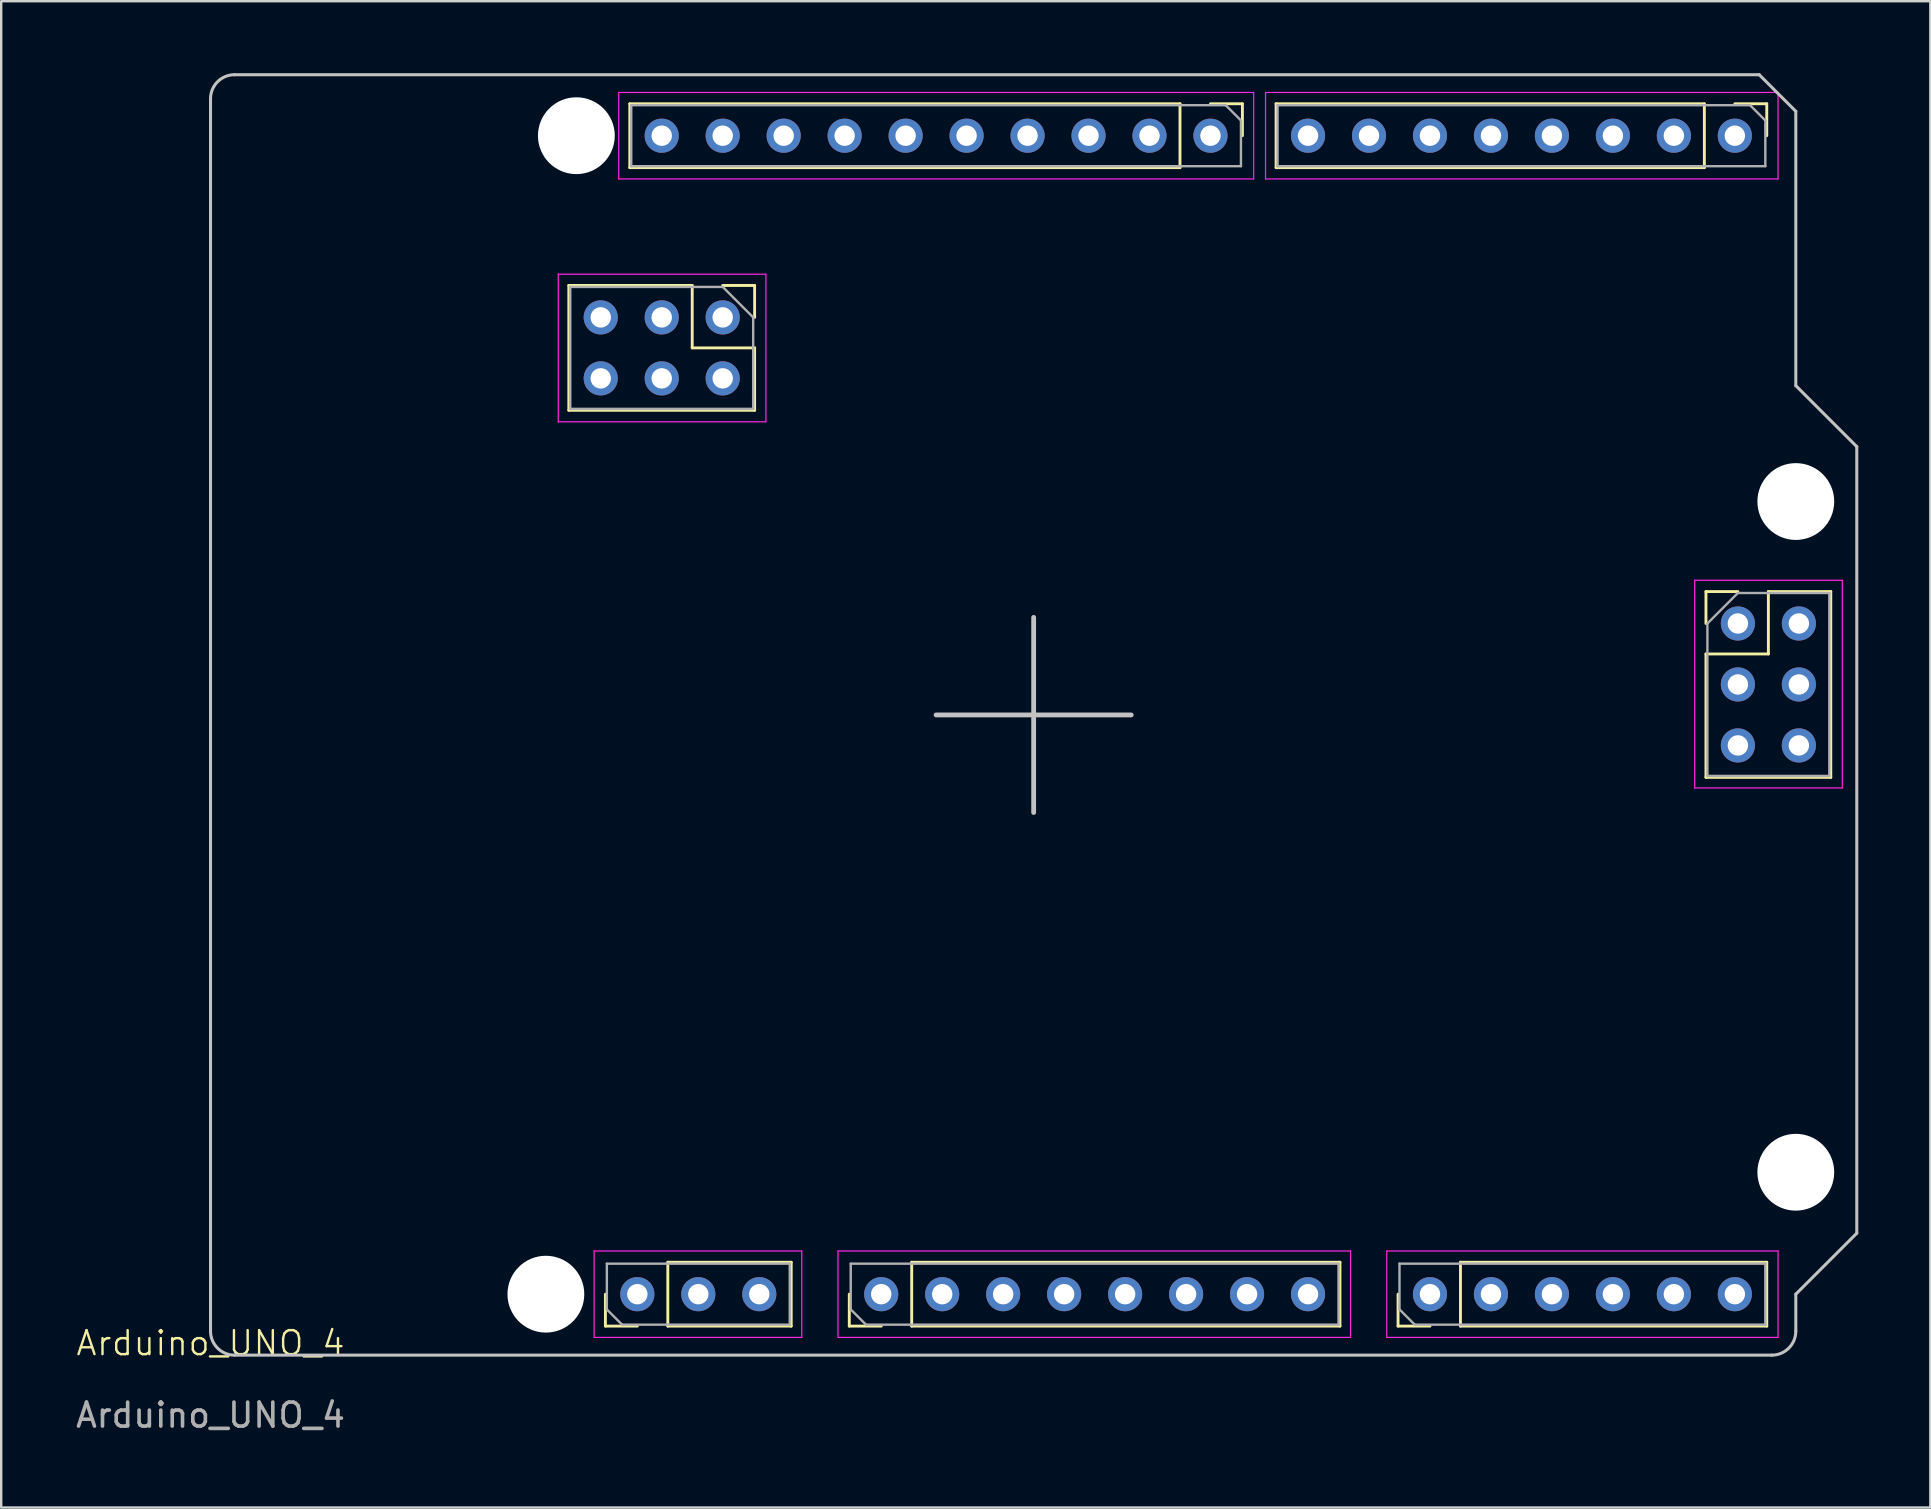
<source format=kicad_pcb>
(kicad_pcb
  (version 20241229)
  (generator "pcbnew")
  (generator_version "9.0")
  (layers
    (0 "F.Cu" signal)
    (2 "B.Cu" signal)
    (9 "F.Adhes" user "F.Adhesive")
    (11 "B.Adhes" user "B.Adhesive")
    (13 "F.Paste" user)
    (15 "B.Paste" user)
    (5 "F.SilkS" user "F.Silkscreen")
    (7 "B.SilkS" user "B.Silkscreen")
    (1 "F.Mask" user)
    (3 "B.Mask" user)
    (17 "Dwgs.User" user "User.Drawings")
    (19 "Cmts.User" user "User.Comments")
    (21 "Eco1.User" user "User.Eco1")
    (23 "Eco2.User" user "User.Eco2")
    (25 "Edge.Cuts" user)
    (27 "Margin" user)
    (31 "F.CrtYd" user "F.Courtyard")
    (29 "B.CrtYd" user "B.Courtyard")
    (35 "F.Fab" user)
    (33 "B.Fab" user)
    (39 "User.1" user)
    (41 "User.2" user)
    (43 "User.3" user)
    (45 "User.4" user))
  (footprint "Arduino_UNO_4"
    (layer "F.Cu")
    (at 40.01 26.733)
    (property "Reference" "Arduino_UNO_4" (at -34.29 26.17 0) (unlocked yes) (layer "F.SilkS") (effects (font (size 1 1) (thickness 0.1))))
    (attr smd)
    (fp_line (start -19.364 -17.891) (end -19.364 -12.691) (stroke (width 0.12) (type solid)) (layer "F.SilkS"))
    (fp_line (start -17.84 25.46) (end -17.84 24.13) (stroke (width 0.12) (type solid)) (layer "F.SilkS"))
    (fp_line (start -16.824 -25.46) (end -16.824 -22.8) (stroke (width 0.12) (type solid)) (layer "F.SilkS"))
    (fp_line (start -16.51 25.46) (end -17.84 25.46) (stroke (width 0.12) (type solid)) (layer "F.SilkS"))
    (fp_line (start -15.24 22.8) (end -10.1 22.8) (stroke (width 0.12) (type solid)) (layer "F.SilkS"))
    (fp_line (start -15.24 25.46) (end -15.24 22.8) (stroke (width 0.12) (type solid)) (layer "F.SilkS"))
    (fp_line (start -15.24 25.46) (end -10.1 25.46) (stroke (width 0.12) (type solid)) (layer "F.SilkS"))
    (fp_line (start -14.224 -17.891) (end -19.364 -17.891) (stroke (width 0.12) (type solid)) (layer "F.SilkS"))
    (fp_line (start -14.224 -17.891) (end -14.224 -15.291) (stroke (width 0.12) (type solid)) (layer "F.SilkS"))
    (fp_line (start -14.224 -15.291) (end -11.624 -15.291) (stroke (width 0.12) (type solid)) (layer "F.SilkS"))
    (fp_line (start -12.954 -17.891) (end -11.624 -17.891) (stroke (width 0.12) (type solid)) (layer "F.SilkS"))
    (fp_line (start -11.624 -17.891) (end -11.624 -16.561) (stroke (width 0.12) (type solid)) (layer "F.SilkS"))
    (fp_line (start -11.624 -15.291) (end -11.624 -12.691) (stroke (width 0.12) (type solid)) (layer "F.SilkS"))
    (fp_line (start -11.624 -12.691) (end -19.364 -12.691) (stroke (width 0.12) (type solid)) (layer "F.SilkS"))
    (fp_line (start -10.1 25.46) (end -10.1 22.8) (stroke (width 0.12) (type solid)) (layer "F.SilkS"))
    (fp_line (start -7.68 25.46) (end -7.68 24.13) (stroke (width 0.12) (type solid)) (layer "F.SilkS"))
    (fp_line (start -6.35 25.46) (end -7.68 25.46) (stroke (width 0.12) (type solid)) (layer "F.SilkS"))
    (fp_line (start -5.08 22.8) (end 12.76 22.8) (stroke (width 0.12) (type solid)) (layer "F.SilkS"))
    (fp_line (start -5.08 25.46) (end -5.08 22.8) (stroke (width 0.12) (type solid)) (layer "F.SilkS"))
    (fp_line (start -5.08 25.46) (end 12.76 25.46) (stroke (width 0.12) (type solid)) (layer "F.SilkS"))
    (fp_line (start 6.096 -25.46) (end -16.824 -25.46) (stroke (width 0.12) (type solid)) (layer "F.SilkS"))
    (fp_line (start 6.096 -25.46) (end 6.096 -22.8) (stroke (width 0.12) (type solid)) (layer "F.SilkS"))
    (fp_line (start 6.096 -22.8) (end -16.824 -22.8) (stroke (width 0.12) (type solid)) (layer "F.SilkS"))
    (fp_line (start 7.366 -25.46) (end 8.696 -25.46) (stroke (width 0.12) (type solid)) (layer "F.SilkS"))
    (fp_line (start 8.696 -25.46) (end 8.696 -24.13) (stroke (width 0.12) (type solid)) (layer "F.SilkS"))
    (fp_line (start 10.1 -25.46) (end 10.1 -22.8) (stroke (width 0.12) (type solid)) (layer "F.SilkS"))
    (fp_line (start 12.76 25.46) (end 12.76 22.8) (stroke (width 0.12) (type solid)) (layer "F.SilkS"))
    (fp_line (start 15.18 25.46) (end 15.18 24.13) (stroke (width 0.12) (type solid)) (layer "F.SilkS"))
    (fp_line (start 16.51 25.46) (end 15.18 25.46) (stroke (width 0.12) (type solid)) (layer "F.SilkS"))
    (fp_line (start 17.78 22.8) (end 30.54 22.8) (stroke (width 0.12) (type solid)) (layer "F.SilkS"))
    (fp_line (start 17.78 25.46) (end 17.78 22.8) (stroke (width 0.12) (type solid)) (layer "F.SilkS"))
    (fp_line (start 17.78 25.46) (end 30.54 25.46) (stroke (width 0.12) (type solid)) (layer "F.SilkS"))
    (fp_line (start 27.94 -25.46) (end 10.1 -25.46) (stroke (width 0.12) (type solid)) (layer "F.SilkS"))
    (fp_line (start 27.94 -25.46) (end 27.94 -22.8) (stroke (width 0.12) (type solid)) (layer "F.SilkS"))
    (fp_line (start 27.94 -22.8) (end 10.1 -22.8) (stroke (width 0.12) (type solid)) (layer "F.SilkS"))
    (fp_line (start 28.007 -5.14) (end 29.337 -5.14) (stroke (width 0.12) (type solid)) (layer "F.SilkS"))
    (fp_line (start 28.007 -3.81) (end 28.007 -5.14) (stroke (width 0.12) (type solid)) (layer "F.SilkS"))
    (fp_line (start 28.007 -2.54) (end 28.007 2.6) (stroke (width 0.12) (type solid)) (layer "F.SilkS"))
    (fp_line (start 28.007 -2.54) (end 30.607 -2.54) (stroke (width 0.12) (type solid)) (layer "F.SilkS"))
    (fp_line (start 28.007 2.6) (end 33.207 2.6) (stroke (width 0.12) (type solid)) (layer "F.SilkS"))
    (fp_line (start 29.21 -25.46) (end 30.54 -25.46) (stroke (width 0.12) (type solid)) (layer "F.SilkS"))
    (fp_line (start 30.54 -25.46) (end 30.54 -24.13) (stroke (width 0.12) (type solid)) (layer "F.SilkS"))
    (fp_line (start 30.54 25.46) (end 30.54 22.8) (stroke (width 0.12) (type solid)) (layer "F.SilkS"))
    (fp_line (start 30.607 -5.14) (end 33.207 -5.14) (stroke (width 0.12) (type solid)) (layer "F.SilkS"))
    (fp_line (start 30.607 -2.54) (end 30.607 -5.14) (stroke (width 0.12) (type solid)) (layer "F.SilkS"))
    (fp_line (start 33.207 -5.14) (end 33.207 2.6) (stroke (width 0.12) (type solid)) (layer "F.SilkS"))
    (fp_line (start -34.29 25.67) (end -34.29 -25.67) (stroke (width 0.127) (type solid)) (layer "Dwgs.User"))
    (fp_line (start -33.29 -26.67) (end 30.226 -26.67) (stroke (width 0.127) (type solid)) (layer "Dwgs.User"))
    (fp_line (start -33.29 26.67) (end 30.75 26.67) (stroke (width 0.127) (type solid)) (layer "Dwgs.User"))
    (fp_line (start 0 0) (end -4.064 0) (stroke (width 0.2) (type default)) (layer "Dwgs.User"))
    (fp_line (start 0 0) (end 0 -4.064) (stroke (width 0.2) (type default)) (layer "Dwgs.User"))
    (fp_line (start 0 0) (end 0 4.064) (stroke (width 0.2) (type default)) (layer "Dwgs.User"))
    (fp_line (start 0 0) (end 4.064 0) (stroke (width 0.2) (type default)) (layer "Dwgs.User"))
    (fp_line (start 30.226 -26.67) (end 31.75 -25.146) (stroke (width 0.127) (type solid)) (layer "Dwgs.User"))
    (fp_line (start 31.75 -13.716) (end 31.75 -25.146) (stroke (width 0.127) (type solid)) (layer "Dwgs.User"))
    (fp_line (start 31.75 -13.716) (end 34.29 -11.176) (stroke (width 0.127) (type solid)) (layer "Dwgs.User"))
    (fp_line (start 31.75 24.13) (end 34.29 21.59) (stroke (width 0.127) (type solid)) (layer "Dwgs.User"))
    (fp_line (start 31.75 25.67) (end 31.75 24.13) (stroke (width 0.127) (type solid)) (layer "Dwgs.User"))
    (fp_line (start 34.29 21.59) (end 34.29 -11.176) (stroke (width 0.127) (type solid)) (layer "Dwgs.User"))
    (fp_arc (start -34.29 -25.67) (mid -33.997107 -26.377106) (end -33.29 -26.67) (stroke (width 0.127) (type solid)) (layer "Dwgs.User"))
    (fp_arc (start -33.29 26.67) (mid -33.997106 26.377107) (end -34.29 25.67) (stroke (width 0.127) (type solid)) (layer "Dwgs.User"))
    (fp_arc (start 31.75 25.67) (mid 31.457107 26.377106) (end 30.75 26.67) (stroke (width 0.127) (type solid)) (layer "Dwgs.User"))
    (fp_line (start -19.804 -18.361) (end -19.804 -12.211) (stroke (width 0.05) (type solid)) (layer "F.CrtYd"))
    (fp_line (start -19.804 -12.211) (end -11.154 -12.211) (stroke (width 0.05) (type solid)) (layer "F.CrtYd"))
    (fp_line (start -18.31 22.33) (end -18.31 25.93) (stroke (width 0.05) (type solid)) (layer "F.CrtYd"))
    (fp_line (start -18.31 25.93) (end -9.66 25.93) (stroke (width 0.05) (type solid)) (layer "F.CrtYd"))
    (fp_line (start -17.284 -25.93) (end -17.284 -22.33) (stroke (width 0.05) (type solid)) (layer "F.CrtYd"))
    (fp_line (start -17.284 -22.33) (end 9.166 -22.33) (stroke (width 0.05) (type solid)) (layer "F.CrtYd"))
    (fp_line (start -11.154 -18.361) (end -19.804 -18.361) (stroke (width 0.05) (type solid)) (layer "F.CrtYd"))
    (fp_line (start -11.154 -12.211) (end -11.154 -18.361) (stroke (width 0.05) (type solid)) (layer "F.CrtYd"))
    (fp_line (start -9.66 22.33) (end -18.31 22.33) (stroke (width 0.05) (type solid)) (layer "F.CrtYd"))
    (fp_line (start -9.66 25.93) (end -9.66 22.33) (stroke (width 0.05) (type solid)) (layer "F.CrtYd"))
    (fp_line (start -8.15 22.33) (end -8.15 25.93) (stroke (width 0.05) (type solid)) (layer "F.CrtYd"))
    (fp_line (start -8.15 25.93) (end 13.2 25.93) (stroke (width 0.05) (type solid)) (layer "F.CrtYd"))
    (fp_line (start 9.166 -25.93) (end -17.284 -25.93) (stroke (width 0.05) (type solid)) (layer "F.CrtYd"))
    (fp_line (start 9.166 -22.33) (end 9.166 -25.93) (stroke (width 0.05) (type solid)) (layer "F.CrtYd"))
    (fp_line (start 9.66 -25.93) (end 9.66 -22.33) (stroke (width 0.05) (type solid)) (layer "F.CrtYd"))
    (fp_line (start 9.66 -22.33) (end 31.01 -22.33) (stroke (width 0.05) (type solid)) (layer "F.CrtYd"))
    (fp_line (start 13.2 22.33) (end -8.15 22.33) (stroke (width 0.05) (type solid)) (layer "F.CrtYd"))
    (fp_line (start 13.2 25.93) (end 13.2 22.33) (stroke (width 0.05) (type solid)) (layer "F.CrtYd"))
    (fp_line (start 14.71 22.33) (end 14.71 25.93) (stroke (width 0.05) (type solid)) (layer "F.CrtYd"))
    (fp_line (start 14.71 25.93) (end 31.01 25.93) (stroke (width 0.05) (type solid)) (layer "F.CrtYd"))
    (fp_line (start 27.537 -5.61) (end 27.537 3.04) (stroke (width 0.05) (type solid)) (layer "F.CrtYd"))
    (fp_line (start 27.537 3.04) (end 33.687 3.04) (stroke (width 0.05) (type solid)) (layer "F.CrtYd"))
    (fp_line (start 31.01 -25.93) (end 9.66 -25.93) (stroke (width 0.05) (type solid)) (layer "F.CrtYd"))
    (fp_line (start 31.01 -22.33) (end 31.01 -25.93) (stroke (width 0.05) (type solid)) (layer "F.CrtYd"))
    (fp_line (start 31.01 22.33) (end 14.71 22.33) (stroke (width 0.05) (type solid)) (layer "F.CrtYd"))
    (fp_line (start 31.01 25.93) (end 31.01 22.33) (stroke (width 0.05) (type solid)) (layer "F.CrtYd"))
    (fp_line (start 33.687 -5.61) (end 27.537 -5.61) (stroke (width 0.05) (type solid)) (layer "F.CrtYd"))
    (fp_line (start 33.687 3.04) (end 33.687 -5.61) (stroke (width 0.05) (type solid)) (layer "F.CrtYd"))
    (fp_line (start -19.304 -17.831) (end -12.954 -17.831) (stroke (width 0.1) (type solid)) (layer "F.Fab"))
    (fp_line (start -19.304 -12.751) (end -19.304 -17.831) (stroke (width 0.1) (type solid)) (layer "F.Fab"))
    (fp_line (start -17.78 22.86) (end -10.16 22.86) (stroke (width 0.1) (type solid)) (layer "F.Fab"))
    (fp_line (start -17.78 24.765) (end -17.78 22.86) (stroke (width 0.1) (type solid)) (layer "F.Fab"))
    (fp_line (start -17.145 25.4) (end -17.78 24.765) (stroke (width 0.1) (type solid)) (layer "F.Fab"))
    (fp_line (start -16.764 -25.4) (end 8.001 -25.4) (stroke (width 0.1) (type solid)) (layer "F.Fab"))
    (fp_line (start -16.764 -22.86) (end -16.764 -25.4) (stroke (width 0.1) (type solid)) (layer "F.Fab"))
    (fp_line (start -12.954 -17.831) (end -11.684 -16.561) (stroke (width 0.1) (type solid)) (layer "F.Fab"))
    (fp_line (start -11.684 -16.561) (end -11.684 -12.751) (stroke (width 0.1) (type solid)) (layer "F.Fab"))
    (fp_line (start -11.684 -12.751) (end -19.304 -12.751) (stroke (width 0.1) (type solid)) (layer "F.Fab"))
    (fp_line (start -10.16 22.86) (end -10.16 25.4) (stroke (width 0.1) (type solid)) (layer "F.Fab"))
    (fp_line (start -10.16 25.4) (end -17.145 25.4) (stroke (width 0.1) (type solid)) (layer "F.Fab"))
    (fp_line (start -7.62 22.86) (end 12.7 22.86) (stroke (width 0.1) (type solid)) (layer "F.Fab"))
    (fp_line (start -7.62 24.765) (end -7.62 22.86) (stroke (width 0.1) (type solid)) (layer "F.Fab"))
    (fp_line (start -6.985 25.4) (end -7.62 24.765) (stroke (width 0.1) (type solid)) (layer "F.Fab"))
    (fp_line (start 8.001 -25.4) (end 8.636 -24.765) (stroke (width 0.1) (type solid)) (layer "F.Fab"))
    (fp_line (start 8.636 -24.765) (end 8.636 -22.86) (stroke (width 0.1) (type solid)) (layer "F.Fab"))
    (fp_line (start 8.636 -22.86) (end -16.764 -22.86) (stroke (width 0.1) (type solid)) (layer "F.Fab"))
    (fp_line (start 10.16 -25.4) (end 29.845 -25.4) (stroke (width 0.1) (type solid)) (layer "F.Fab"))
    (fp_line (start 10.16 -22.86) (end 10.16 -25.4) (stroke (width 0.1) (type solid)) (layer "F.Fab"))
    (fp_line (start 12.7 22.86) (end 12.7 25.4) (stroke (width 0.1) (type solid)) (layer "F.Fab"))
    (fp_line (start 12.7 25.4) (end -6.985 25.4) (stroke (width 0.1) (type solid)) (layer "F.Fab"))
    (fp_line (start 15.24 22.86) (end 30.48 22.86) (stroke (width 0.1) (type solid)) (layer "F.Fab"))
    (fp_line (start 15.24 24.765) (end 15.24 22.86) (stroke (width 0.1) (type solid)) (layer "F.Fab"))
    (fp_line (start 15.875 25.4) (end 15.24 24.765) (stroke (width 0.1) (type solid)) (layer "F.Fab"))
    (fp_line (start 28.067 -3.81) (end 29.337 -5.08) (stroke (width 0.1) (type solid)) (layer "F.Fab"))
    (fp_line (start 28.067 2.54) (end 28.067 -3.81) (stroke (width 0.1) (type solid)) (layer "F.Fab"))
    (fp_line (start 29.337 -5.08) (end 33.147 -5.08) (stroke (width 0.1) (type solid)) (layer "F.Fab"))
    (fp_line (start 29.845 -25.4) (end 30.48 -24.765) (stroke (width 0.1) (type solid)) (layer "F.Fab"))
    (fp_line (start 30.48 -24.765) (end 30.48 -22.86) (stroke (width 0.1) (type solid)) (layer "F.Fab"))
    (fp_line (start 30.48 -22.86) (end 10.16 -22.86) (stroke (width 0.1) (type solid)) (layer "F.Fab"))
    (fp_line (start 30.48 22.86) (end 30.48 25.4) (stroke (width 0.1) (type solid)) (layer "F.Fab"))
    (fp_line (start 30.48 25.4) (end 15.875 25.4) (stroke (width 0.1) (type solid)) (layer "F.Fab"))
    (fp_line (start 33.147 -5.08) (end 33.147 2.54) (stroke (width 0.1) (type solid)) (layer "F.Fab"))
    (fp_line (start 33.147 2.54) (end 28.067 2.54) (stroke (width 0.1) (type solid)) (layer "F.Fab"))
    (fp_text user "${REFERENCE}" (at -34.29 29.17 0) (unlocked yes) (layer "F.Fab") (effects (font (size 1 1) (thickness 0.15))))
    (pad "" np_thru_hole circle (at -20.32 24.13) (size 3.2 3.2) (drill 3.2) (layers "*.Cu" "*.Mask"))
    (pad "" np_thru_hole circle (at -19.05 -24.13) (size 3.2 3.2) (drill 3.2) (layers "*.Cu" "*.Mask"))
    (pad "" np_thru_hole circle (at 31.75 -8.89) (size 3.2 3.2) (drill 3.2) (layers "*.Cu" "*.Mask"))
    (pad "" np_thru_hole circle (at 31.75 19.05) (size 3.2 3.2) (drill 3.2) (layers "*.Cu" "*.Mask"))
    (pad "C1" thru_hole circle (at 29.337 -3.81) (size 1.422 1.422) (drill 0.85) (layers "*.Cu" "*.Mask"))
    (pad "C2" thru_hole circle (at 31.877 -3.81) (size 1.422 1.422) (drill 0.85) (layers "*.Cu" "*.Mask"))
    (pad "C3" thru_hole circle (at 29.337 -1.27) (size 1.422 1.422) (drill 0.85) (layers "*.Cu" "*.Mask"))
    (pad "C4" thru_hole circle (at 31.877 -1.27) (size 1.422 1.422) (drill 0.85) (layers "*.Cu" "*.Mask"))
    (pad "C5" thru_hole circle (at 29.337 1.27) (size 1.422 1.422) (drill 0.85) (layers "*.Cu" "*.Mask"))
    (pad "C6" thru_hole circle (at 31.877 1.27) (size 1.422 1.422) (drill 0.85) (layers "*.Cu" "*.Mask"))
    (pad "E1" thru_hole circle (at -12.954 -16.561 270) (size 1.422 1.422) (drill 0.85) (layers "*.Cu" "*.Mask"))
    (pad "E2" thru_hole circle (at -12.954 -14.021 270) (size 1.422 1.422) (drill 0.85) (layers "*.Cu" "*.Mask"))
    (pad "E3" thru_hole circle (at -15.494 -16.561 270) (size 1.422 1.422) (drill 0.85) (layers "*.Cu" "*.Mask"))
    (pad "E4" thru_hole circle (at -15.494 -14.021 270) (size 1.422 1.422) (drill 0.85) (layers "*.Cu" "*.Mask"))
    (pad "E5" thru_hole circle (at -18.034 -16.561 270) (size 1.422 1.422) (drill 0.85) (layers "*.Cu" "*.Mask"))
    (pad "E6" thru_hole circle (at -18.034 -14.021 270) (size 1.422 1.422) (drill 0.85) (layers "*.Cu" "*.Mask"))
    (pad "L1" thru_hole circle (at -6.35 24.13 90) (size 1.422 1.422) (drill 0.85) (layers "*.Cu" "*.Mask"))
    (pad "L2" thru_hole circle (at -3.81 24.13 90) (size 1.422 1.422) (drill 0.85) (layers "*.Cu" "*.Mask"))
    (pad "L3" thru_hole circle (at -1.27 24.13 90) (size 1.422 1.422) (drill 0.85) (layers "*.Cu" "*.Mask"))
    (pad "L4" thru_hole circle (at 1.27 24.13 90) (size 1.422 1.422) (drill 0.85) (layers "*.Cu" "*.Mask"))
    (pad "L5" thru_hole circle (at 3.81 24.13 90) (size 1.422 1.422) (drill 0.85) (layers "*.Cu" "*.Mask"))
    (pad "L6" thru_hole circle (at 6.35 24.13 90) (size 1.422 1.422) (drill 0.85) (layers "*.Cu" "*.Mask"))
    (pad "L7" thru_hole circle (at 8.89 24.13 90) (size 1.422 1.422) (drill 0.85) (layers "*.Cu" "*.Mask"))
    (pad "L8" thru_hole circle (at 11.43 24.13 90) (size 1.422 1.422) (drill 0.85) (layers "*.Cu" "*.Mask"))
    (pad "L9" thru_hole circle (at 16.51 24.13 90) (size 1.422 1.422) (drill 0.85) (layers "*.Cu" "*.Mask"))
    (pad "L10" thru_hole circle (at 19.05 24.13 90) (size 1.422 1.422) (drill 0.85) (layers "*.Cu" "*.Mask"))
    (pad "L11" thru_hole circle (at 21.59 24.13 90) (size 1.422 1.422) (drill 0.85) (layers "*.Cu" "*.Mask"))
    (pad "L12" thru_hole circle (at 24.13 24.13 90) (size 1.422 1.422) (drill 0.85) (layers "*.Cu" "*.Mask"))
    (pad "L13" thru_hole circle (at 26.67 24.13 90) (size 1.422 1.422) (drill 0.85) (layers "*.Cu" "*.Mask"))
    (pad "L14" thru_hole circle (at 29.21 24.13 90) (size 1.422 1.422) (drill 0.85) (layers "*.Cu" "*.Mask"))
    (pad "P1" thru_hole circle (at -16.51 24.13 90) (size 1.422 1.422) (drill 0.85) (layers "*.Cu" "*.Mask"))
    (pad "P2" thru_hole circle (at -13.97 24.13 90) (size 1.422 1.422) (drill 0.85) (layers "*.Cu" "*.Mask"))
    (pad "P3" thru_hole circle (at -11.43 24.13 90) (size 1.422 1.422) (drill 0.85) (layers "*.Cu" "*.Mask"))
    (pad "R1" thru_hole circle (at 29.21 -24.13 270) (size 1.422 1.422) (drill 0.85) (layers "*.Cu" "*.Mask"))
    (pad "R2" thru_hole circle (at 26.67 -24.13 270) (size 1.422 1.422) (drill 0.85) (layers "*.Cu" "*.Mask"))
    (pad "R3" thru_hole circle (at 24.13 -24.13 270) (size 1.422 1.422) (drill 0.85) (layers "*.Cu" "*.Mask"))
    (pad "R4" thru_hole circle (at 21.59 -24.13 270) (size 1.422 1.422) (drill 0.85) (layers "*.Cu" "*.Mask"))
    (pad "R5" thru_hole circle (at 19.05 -24.13 270) (size 1.422 1.422) (drill 0.85) (layers "*.Cu" "*.Mask"))
    (pad "R6" thru_hole circle (at 16.51 -24.13 270) (size 1.422 1.422) (drill 0.85) (layers "*.Cu" "*.Mask"))
    (pad "R7" thru_hole circle (at 13.97 -24.13 270) (size 1.422 1.422) (drill 0.85) (layers "*.Cu" "*.Mask"))
    (pad "R8" thru_hole circle (at 11.43 -24.13 270) (size 1.422 1.422) (drill 0.85) (layers "*.Cu" "*.Mask"))
    (pad "R9" thru_hole circle (at 7.366 -24.13 270) (size 1.422 1.422) (drill 0.85) (layers "*.Cu" "*.Mask"))
    (pad "R10" thru_hole circle (at 4.826 -24.13 270) (size 1.422 1.422) (drill 0.85) (layers "*.Cu" "*.Mask"))
    (pad "R11" thru_hole circle (at 2.286 -24.13 270) (size 1.422 1.422) (drill 0.85) (layers "*.Cu" "*.Mask"))
    (pad "R12" thru_hole circle (at -0.254 -24.13 270) (size 1.422 1.422) (drill 0.85) (layers "*.Cu" "*.Mask"))
    (pad "R13" thru_hole circle (at -2.794 -24.13 270) (size 1.422 1.422) (drill 0.85) (layers "*.Cu" "*.Mask"))
    (pad "R14" thru_hole circle (at -5.334 -24.13 270) (size 1.422 1.422) (drill 0.85) (layers "*.Cu" "*.Mask"))
    (pad "R15" thru_hole circle (at -7.874 -24.13 270) (size 1.422 1.422) (drill 0.85) (layers "*.Cu" "*.Mask"))
    (pad "R16" thru_hole circle (at -10.414 -24.13 270) (size 1.422 1.422) (drill 0.85) (layers "*.Cu" "*.Mask"))
    (pad "R17" thru_hole circle (at -12.954 -24.13 270) (size 1.422 1.422) (drill 0.85) (layers "*.Cu" "*.Mask"))
    (pad "R18" thru_hole circle (at -15.494 -24.13 270) (size 1.422 1.422) (drill 0.85) (layers "*.Cu" "*.Mask")))
  (gr_rect
    (start -3 -3)
    (end 77.364 59.752)
    (stroke (width 0.1) (type default))
    (fill no)
    (layer "Edge.Cuts")))
</source>
